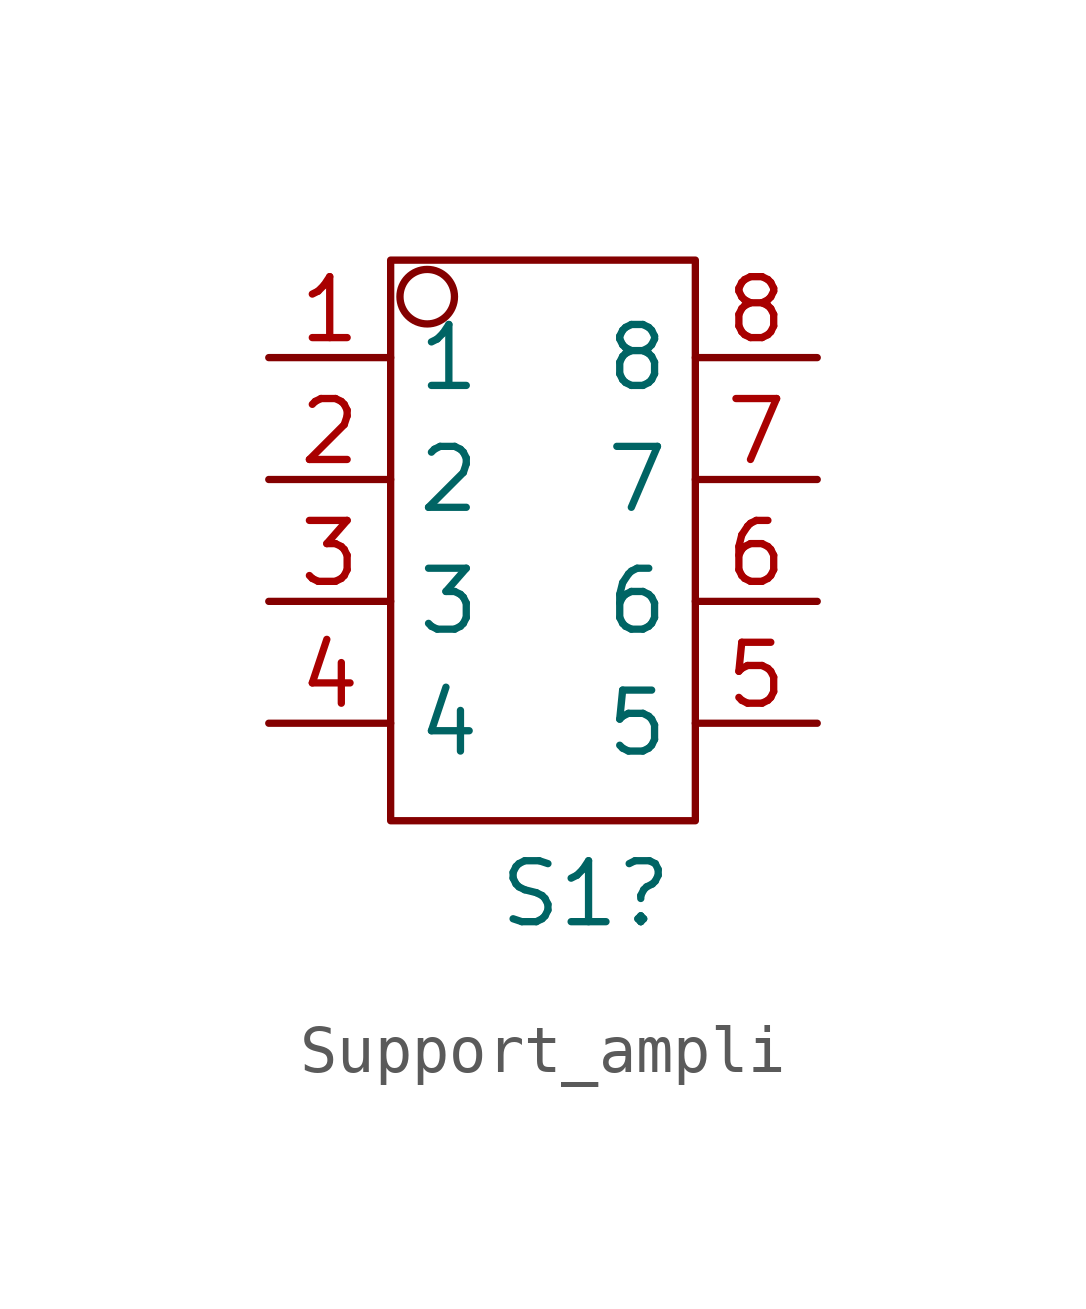
<source format=kicad_sym>
(kicad_symbol_lib
  (version 20231120)
  (generator "kicad_symbol_editor")
  (generator_version "8.0")
  (symbol "Support_ampli"
    (property "Reference" "S1"
      (at 0.254 -6.096 0)
      (effects (font (size 1.27 1.27))))
    (property "Value" ""
      (at 0 0 0)
      (effects (font (size 1.27 1.27))))
    (symbol "Support_ampli_0_1"
      (rectangle (start -3.81 7.112) (end 2.54 -4.572) (stroke (width 0) (type default)) (fill (type none)))
      (circle (center -3.048 6.35) (radius 0.568) (stroke (width 0) (type default)) (fill (type none))))
    (symbol "Support_ampli_1_1"
      (pin input line (at -6.35 5.08 0) (length 2.54) (name "1" (effects (font (size 1.27 1.27)))) (number "1" (effects (font (size 1.27 1.27)))))
      (pin input line (at -6.35 2.54 0) (length 2.54) (name "2" (effects (font (size 1.27 1.27)))) (number "2" (effects (font (size 1.27 1.27)))))
      (pin input line (at -6.35 0 0) (length 2.54) (name "3" (effects (font (size 1.27 1.27)))) (number "3" (effects (font (size 1.27 1.27)))))
      (pin input line (at -6.35 -2.54 0) (length 2.54) (name "4" (effects (font (size 1.27 1.27)))) (number "4" (effects (font (size 1.27 1.27)))))
      (pin input line (at 5.08 -2.54 180) (length 2.54) (name "5" (effects (font (size 1.27 1.27)))) (number "5" (effects (font (size 1.27 1.27)))))
      (pin input line (at 5.08 0 180) (length 2.54) (name "6" (effects (font (size 1.27 1.27)))) (number "6" (effects (font (size 1.27 1.27)))))
      (pin input line (at 5.08 2.54 180) (length 2.54) (name "7" (effects (font (size 1.27 1.27)))) (number "7" (effects (font (size 1.27 1.27)))))
      (pin input line (at 5.08 5.08 180) (length 2.54) (name "8" (effects (font (size 1.27 1.27)))) (number "8" (effects (font (size 1.27 1.27))))))))
</source>
